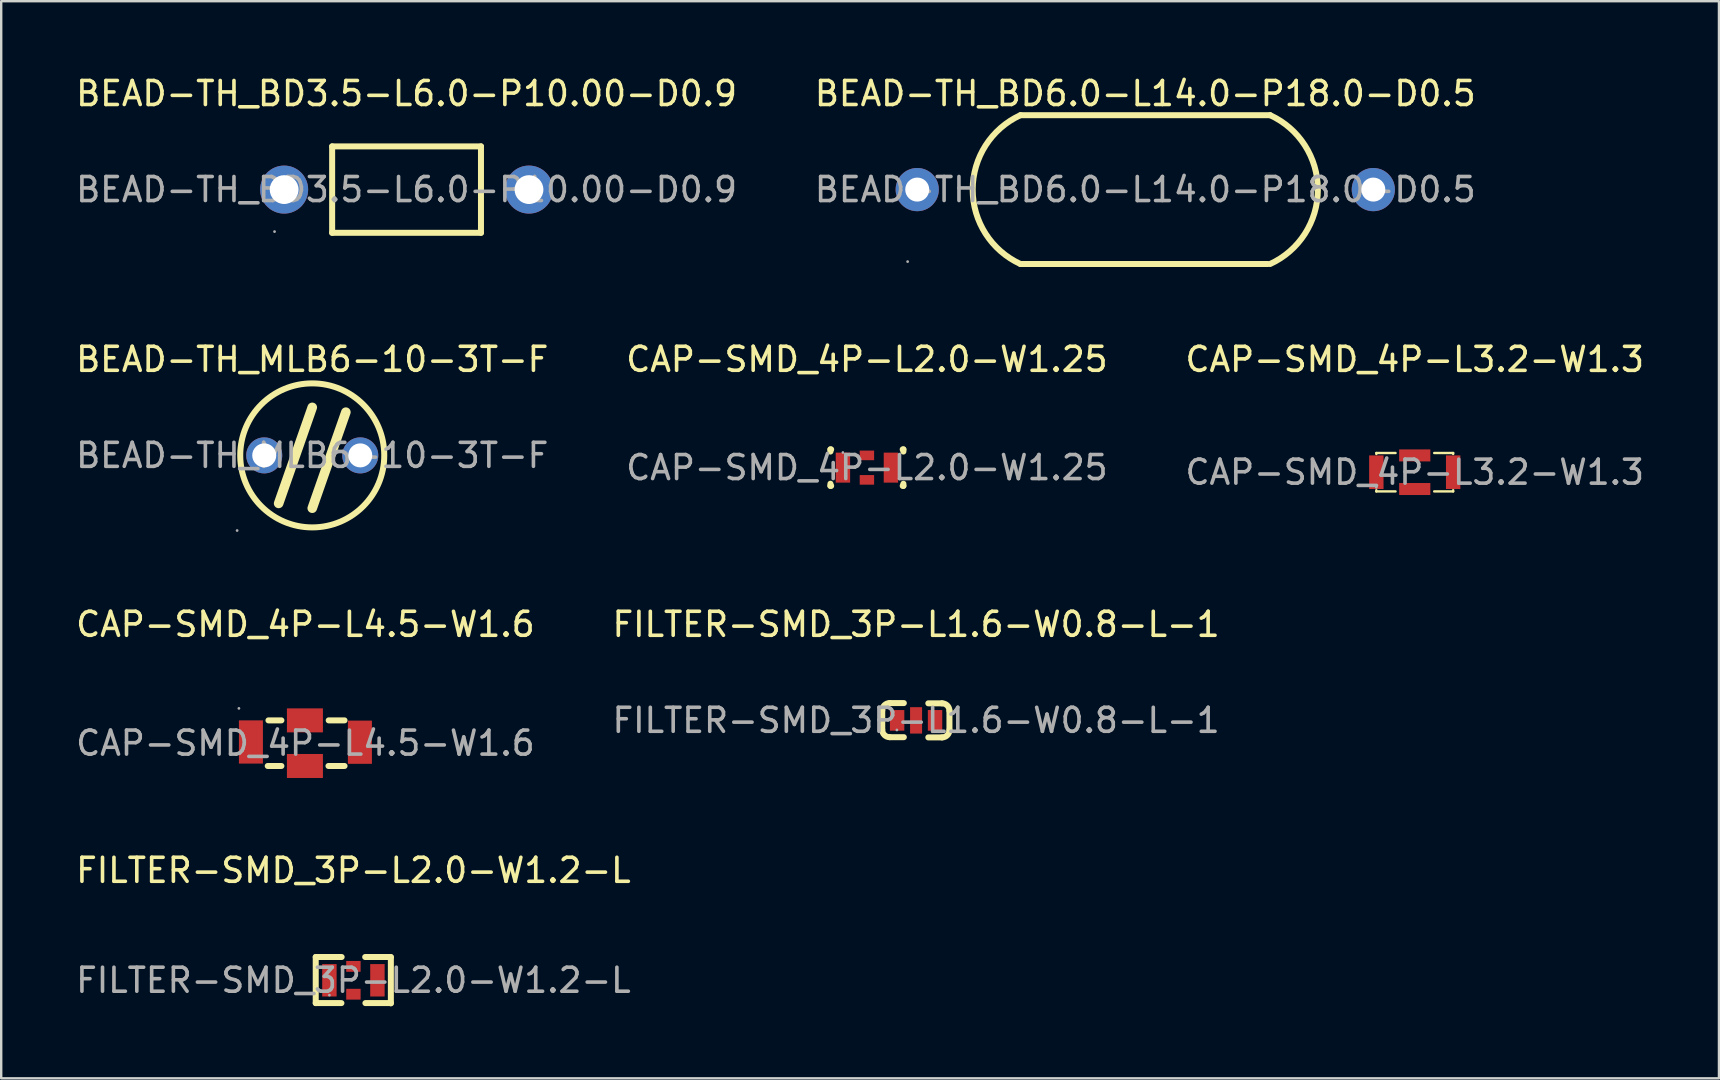
<source format=kicad_pcb>
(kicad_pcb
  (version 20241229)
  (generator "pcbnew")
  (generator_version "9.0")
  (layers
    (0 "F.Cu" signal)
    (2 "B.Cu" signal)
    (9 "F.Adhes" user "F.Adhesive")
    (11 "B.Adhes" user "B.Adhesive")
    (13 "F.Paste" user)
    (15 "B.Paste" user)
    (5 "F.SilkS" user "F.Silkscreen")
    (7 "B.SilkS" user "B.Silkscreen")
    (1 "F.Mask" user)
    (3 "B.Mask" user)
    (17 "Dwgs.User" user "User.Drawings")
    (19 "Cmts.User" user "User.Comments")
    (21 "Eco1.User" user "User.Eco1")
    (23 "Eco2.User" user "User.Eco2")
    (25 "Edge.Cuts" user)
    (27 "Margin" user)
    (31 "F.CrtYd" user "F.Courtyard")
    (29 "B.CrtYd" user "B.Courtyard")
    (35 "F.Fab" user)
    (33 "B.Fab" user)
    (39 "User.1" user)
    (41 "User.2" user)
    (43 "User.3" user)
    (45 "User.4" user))
  (footprint "BEAD-TH_BD6.0-L14.0-P18.0-D0.5"
    (layer "F.Cu")
    (at 44.661 4.848)
    (property "Reference" "BEAD-TH_BD6.0-L14.0-P18.0-D0.5" (at 0 -4 0) (layer "F.SilkS") (effects (font (size 1 1) (thickness 0.15))))
    (attr through_hole)
    (fp_line (start -5.2 -3.1) (end 5.2 -3.1) (stroke (width 0.25) (type solid)) (layer "F.SilkS"))
    (fp_line (start -5.2 3.1) (end 5.1 3.1) (stroke (width 0.25) (type solid)) (layer "F.SilkS"))
    (fp_arc (start -5.200992 3.099546) (mid -7.189751 -0.000545) (end -5.2 -3.1) (stroke (width 0.25) (type solid)) (layer "F.SilkS"))
    (fp_arc (start 5.200992 -3.099546) (mid 7.189751 0.000545) (end 5.2 3.1) (stroke (width 0.25) (type solid)) (layer "F.SilkS"))
    (fp_circle (center -9.9 3) (end -9.87 3) (stroke (width 0.06) (type solid)) (fill no) (layer "F.Fab"))
    (fp_circle (center -9.5 0) (end -9.3 0) (stroke (width 0.4) (type solid)) (fill no) (layer "F.Fab"))
    (fp_circle (center 9.5 0) (end 9.7 0) (stroke (width 0.4) (type solid)) (fill no) (layer "F.Fab"))
    (fp_text user "${REFERENCE}" (at 0 0 0) (layer "F.Fab") (effects (font (size 1 1) (thickness 0.15))))
    (pad "1" thru_hole circle (at -9.5 0) (size 1.8 1.8) (drill 1) (layers "*.Cu" "*.Paste" "*.Mask"))
    (pad "2" thru_hole circle (at 9.5 0) (size 1.8 1.8) (drill 1) (layers "*.Cu" "*.Paste" "*.Mask")))
  (footprint "CAP-SMD_4P-L2.0-W1.25"
    (layer "F.Cu")
    (at 33.065 16.431)
    (property "Reference" "CAP-SMD_4P-L2.0-W1.25" (at 0 -4.51 0) (layer "F.SilkS") (effects (font (size 1 1) (thickness 0.15))))
    (attr through_hole)
    (fp_line (start -1.52 -0.76) (end -1.52 -0.67) (stroke (width 0.25) (type solid)) (layer "F.SilkS"))
    (fp_line (start -1.52 0.67) (end -1.52 0.76) (stroke (width 0.25) (type solid)) (layer "F.SilkS"))
    (fp_line (start -1.52 0.76) (end -1.49 0.76) (stroke (width 0.25) (type solid)) (layer "F.SilkS"))
    (fp_line (start -1.49 -0.76) (end -1.52 -0.76) (stroke (width 0.25) (type solid)) (layer "F.SilkS"))
    (fp_line (start 1.49 0.76) (end 1.52 0.76) (stroke (width 0.25) (type solid)) (layer "F.SilkS"))
    (fp_line (start 1.52 -0.76) (end 1.49 -0.76) (stroke (width 0.25) (type solid)) (layer "F.SilkS"))
    (fp_line (start 1.52 -0.67) (end 1.52 -0.76) (stroke (width 0.25) (type solid)) (layer "F.SilkS"))
    (fp_line (start 1.52 0.76) (end 1.52 0.67) (stroke (width 0.25) (type solid)) (layer "F.SilkS"))
    (fp_circle (center -1 -0.63) (end -0.97 -0.63) (stroke (width 0.06) (type solid)) (fill no) (layer "F.Fab"))
    (fp_text user "${REFERENCE}" (at 0 0 0) (layer "F.Fab") (effects (font (size 1 1) (thickness 0.15))))
    (pad "1" smd rect (at -1 0) (size 0.6 1.25) (layers "F.Cu" "F.Mask" "F.Paste"))
    (pad "2" smd rect (at 0 0.51) (size 0.6 0.4) (layers "F.Cu" "F.Mask" "F.Paste"))
    (pad "3" smd rect (at 1 0) (size 0.6 1.25) (layers "F.Cu" "F.Mask" "F.Paste"))
    (pad "4" smd rect (at 0 -0.51) (size 0.6 0.4) (layers "F.Cu" "F.Mask" "F.Paste")))
  (footprint "FILTER-SMD_3P-L2.0-W1.2-L"
    (layer "F.Cu")
    (at 11.673 37.788)
    (property "Reference" "FILTER-SMD_3P-L2.0-W1.2-L" (at 0 -4.58 0) (layer "F.SilkS") (effects (font (size 1 1) (thickness 0.15))))
    (attr through_hole)
    (fp_line (start -1.57 -0.97) (end -0.49 -0.97) (stroke (width 0.25) (type solid)) (layer "F.SilkS"))
    (fp_line (start -1.57 0.95) (end -1.57 -0.97) (stroke (width 0.25) (type solid)) (layer "F.SilkS"))
    (fp_line (start -1.57 0.95) (end -0.5 0.95) (stroke (width 0.25) (type solid)) (layer "F.SilkS"))
    (fp_line (start 0.49 -0.97) (end 1.56 -0.97) (stroke (width 0.25) (type solid)) (layer "F.SilkS"))
    (fp_line (start 0.5 0.95) (end 1.56 0.95) (stroke (width 0.25) (type solid)) (layer "F.SilkS"))
    (fp_line (start 1.56 -0.96) (end 1.56 0.96) (stroke (width 0.25) (type solid)) (layer "F.SilkS"))
    (fp_circle (center -1 0.62) (end -0.97 0.62) (stroke (width 0.06) (type solid)) (fill no) (layer "F.Fab"))
    (fp_text user "${REFERENCE}" (at 0 0 0) (layer "F.Fab") (effects (font (size 1 1) (thickness 0.15))))
    (pad "1" smd rect (at -1 0) (size 0.6 1.35) (layers "F.Cu" "F.Mask" "F.Paste"))
    (pad "2" smd rect (at 0 -0.58) (size 0.6 0.45) (layers "F.Cu" "F.Mask" "F.Paste"))
    (pad "2" smd rect (at 0 0.58) (size 0.6 0.45) (layers "F.Cu" "F.Mask" "F.Paste"))
    (pad "3" smd rect (at 1 0) (size 0.6 1.35) (layers "F.Cu" "F.Mask" "F.Paste")))
  (footprint "BEAD-TH_BD3.5-L6.0-P10.00-D0.9"
    (layer "F.Cu")
    (at 13.887 4.848)
    (property "Reference" "BEAD-TH_BD3.5-L6.0-P10.00-D0.9" (at 0 -4 0) (layer "F.SilkS") (effects (font (size 1 1) (thickness 0.15))))
    (attr through_hole)
    (fp_line (start -3.1 -1.8) (end -3.1 1.8) (stroke (width 0.25) (type solid)) (layer "F.SilkS"))
    (fp_line (start -3.1 -1.8) (end 3.1 -1.8) (stroke (width 0.25) (type solid)) (layer "F.SilkS"))
    (fp_line (start -3.1 1.8) (end 3.1 1.8) (stroke (width 0.25) (type solid)) (layer "F.SilkS"))
    (fp_line (start 3.1 -1.8) (end 3.1 1.8) (stroke (width 0.25) (type solid)) (layer "F.SilkS"))
    (fp_circle (center -5.5 1.75) (end -5.47 1.75) (stroke (width 0.06) (type solid)) (fill no) (layer "F.Fab"))
    (fp_circle (center -5.1 0) (end -4.9 0) (stroke (width 0.4) (type solid)) (fill no) (layer "F.Fab"))
    (fp_circle (center 5.1 0) (end 5.3 0) (stroke (width 0.4) (type solid)) (fill no) (layer "F.Fab"))
    (fp_text user "${REFERENCE}" (at 0 0 0) (layer "F.Fab") (effects (font (size 1 1) (thickness 0.15))))
    (pad "1" thru_hole circle (at -5.1 0) (size 2 2) (drill 1.2) (layers "*.Cu" "*.Paste" "*.Mask"))
    (pad "2" thru_hole circle (at 5.1 0) (size 2 2) (drill 1.2) (layers "*.Cu" "*.Paste" "*.Mask")))
  (footprint "CAP-SMD_4P-L3.2-W1.3"
    (layer "F.Cu")
    (at 55.887 16.622)
    (property "Reference" "CAP-SMD_4P-L3.2-W1.3" (at 0 -4.7 0) (layer "F.SilkS") (effects (font (size 1 1) (thickness 0.15))))
    (attr through_hole)
    (fp_line (start -1.6 -0.8) (end -0.8 -0.8) (stroke (width 0.1) (type solid)) (layer "F.SilkS"))
    (fp_line (start -1.6 -0.76) (end -1.6 -0.8) (stroke (width 0.1) (type solid)) (layer "F.SilkS"))
    (fp_line (start -1.6 0.8) (end -1.6 0.75) (stroke (width 0.1) (type solid)) (layer "F.SilkS"))
    (fp_line (start -0.8 0.8) (end -1.6 0.8) (stroke (width 0.1) (type solid)) (layer "F.SilkS"))
    (fp_line (start 0.81 -0.8) (end 1.6 -0.8) (stroke (width 0.1) (type solid)) (layer "F.SilkS"))
    (fp_line (start 1.6 -0.8) (end 1.6 -0.76) (stroke (width 0.1) (type solid)) (layer "F.SilkS"))
    (fp_line (start 1.6 0.75) (end 1.6 0.8) (stroke (width 0.1) (type solid)) (layer "F.SilkS"))
    (fp_line (start 1.6 0.8) (end 0.81 0.8) (stroke (width 0.1) (type solid)) (layer "F.SilkS"))
    (fp_circle (center -1.6 0.63) (end -1.57 0.63) (stroke (width 0.06) (type solid)) (fill no) (layer "F.Fab"))
    (fp_text user "${REFERENCE}" (at 0 0 0) (layer "F.Fab") (effects (font (size 1 1) (thickness 0.15))))
    (pad "1" smd rect (at -1.6 0 270) (size 1.4 0.6) (layers "F.Cu" "F.Mask" "F.Paste"))
    (pad "2" smd rect (at 0 -0.7) (size 1.3 0.5) (layers "F.Cu" "F.Mask" "F.Paste"))
    (pad "2" smd rect (at 0 0.7) (size 1.3 0.5) (layers "F.Cu" "F.Mask" "F.Paste"))
    (pad "3" smd rect (at 1.6 0 270) (size 1.4 0.6) (layers "F.Cu" "F.Mask" "F.Paste")))
  (footprint "BEAD-TH_MLB6-10-3T-F"
    (layer "F.Cu")
    (at 9.958 15.921)
    (property "Reference" "BEAD-TH_MLB6-10-3T-F" (at 0 -4 0) (layer "F.SilkS") (effects (font (size 1 1) (thickness 0.15))))
    (attr through_hole)
    (fp_line (start 0 -2) (end -1.4 2) (stroke (width 0.4) (type solid)) (layer "F.SilkS"))
    (fp_line (start 0 2.2) (end 1.4 -1.8) (stroke (width 0.4) (type solid)) (layer "F.SilkS"))
    (fp_circle (center 0 0) (end 3 0) (stroke (width 0.25) (type solid)) (fill no) (layer "F.SilkS"))
    (fp_circle (center -3.13 3.13) (end -3.1 3.13) (stroke (width 0.06) (type solid)) (fill no) (layer "F.Fab"))
    (fp_circle (center -2 0) (end -1.8 0) (stroke (width 0.4) (type solid)) (fill no) (layer "F.Fab"))
    (fp_circle (center 2 0) (end 2.2 0) (stroke (width 0.4) (type solid)) (fill no) (layer "F.Fab"))
    (fp_text user "${REFERENCE}" (at 0 0 0) (layer "F.Fab") (effects (font (size 1 1) (thickness 0.15))))
    (pad "1" thru_hole circle (at -2 0 270) (size 1.5 1.5) (drill 1) (layers "*.Cu" "*.Paste" "*.Mask"))
    (pad "2" thru_hole circle (at 2 0 270) (size 1.5 1.5) (drill 1) (layers "*.Cu" "*.Paste" "*.Mask")))
  (footprint "CAP-SMD_4P-L4.5-W1.6"
    (layer "F.Cu")
    (at 9.673 27.91)
    (property "Reference" "CAP-SMD_4P-L4.5-W1.6" (at 0 -4.95 0) (layer "F.SilkS") (effects (font (size 1 1) (thickness 0.15))))
    (attr through_hole)
    (fp_line (start -1.57 0.95) (end -1 0.95) (stroke (width 0.25) (type solid)) (layer "F.SilkS"))
    (fp_line (start -1.54 -0.95) (end -1 -0.95) (stroke (width 0.25) (type solid)) (layer "F.SilkS"))
    (fp_line (start 0.96 0.95) (end 1.63 0.95) (stroke (width 0.25) (type solid)) (layer "F.SilkS"))
    (fp_line (start 0.97 -0.95) (end 1.63 -0.95) (stroke (width 0.25) (type solid)) (layer "F.SilkS"))
    (fp_circle (center -2.77 -1.45) (end -2.74 -1.45) (stroke (width 0.06) (type solid)) (fill no) (layer "F.Fab"))
    (fp_text user "${REFERENCE}" (at 0 0 0) (layer "F.Fab") (effects (font (size 1 1) (thickness 0.15))))
    (pad "1" smd rect (at -2.27 -0.05) (size 1 1.8) (layers "F.Cu" "F.Mask" "F.Paste"))
    (pad "2" smd rect (at -0.02 -0.95 90) (size 1 1.5) (layers "F.Cu" "F.Mask" "F.Paste"))
    (pad "2" smd rect (at -0.02 0.95 90) (size 1 1.5) (layers "F.Cu" "F.Mask" "F.Paste"))
    (pad "3" smd rect (at 2.27 -0.04 180) (size 1 1.8) (layers "F.Cu" "F.Mask" "F.Paste")))
  (footprint "FILTER-SMD_3P-L1.6-W0.8-L-1"
    (layer "F.Cu")
    (at 35.113 26.96)
    (property "Reference" "FILTER-SMD_3P-L1.6-W0.8-L-1" (at 0 -4 0) (layer "F.SilkS") (effects (font (size 1 1) (thickness 0.15))))
    (attr through_hole)
    (fp_line (start -1.41 -0.41) (end -1.41 0.39) (stroke (width 0.25) (type solid)) (layer "F.SilkS"))
    (fp_line (start -1.1 -0.72) (end -0.51 -0.72) (stroke (width 0.25) (type solid)) (layer "F.SilkS"))
    (fp_line (start -1.1 0.7) (end -0.51 0.7) (stroke (width 0.25) (type solid)) (layer "F.SilkS"))
    (fp_line (start 1.08 -0.71) (end 0.51 -0.71) (stroke (width 0.25) (type solid)) (layer "F.SilkS"))
    (fp_line (start 1.08 0.71) (end 0.51 0.71) (stroke (width 0.25) (type solid)) (layer "F.SilkS"))
    (fp_line (start 1.39 -0.4) (end 1.39 0.4) (stroke (width 0.25) (type solid)) (layer "F.SilkS"))
    (fp_arc (start -1.41 -0.41) (mid -1.319203 -0.629203) (end -1.1 -0.72) (stroke (width 0.25) (type solid)) (layer "F.SilkS"))
    (fp_arc (start -1.1 0.7) (mid -1.319203 0.609203) (end -1.41 0.39) (stroke (width 0.25) (type solid)) (layer "F.SilkS"))
    (fp_arc (start 1.08 -0.71) (mid 1.299203 -0.619203) (end 1.39 -0.4) (stroke (width 0.25) (type solid)) (layer "F.SilkS"))
    (fp_arc (start 1.39 0.4) (mid 1.299203 0.619203) (end 1.08 0.71) (stroke (width 0.25) (type solid)) (layer "F.SilkS"))
    (fp_circle (center -0.8 0.4) (end -0.77 0.4) (stroke (width 0.06) (type solid)) (fill no) (layer "F.Fab"))
    (fp_text user "${REFERENCE}" (at 0 0 0) (layer "F.Fab") (effects (font (size 1 1) (thickness 0.15))))
    (pad "1" smd rect (at -0.79 0) (size 0.6 0.86) (layers "F.Cu" "F.Mask" "F.Paste"))
    (pad "2" smd rect (at 0 0) (size 0.5 1.1) (layers "F.Cu" "F.Mask" "F.Paste"))
    (pad "3" smd rect (at 0.79 0) (size 0.6 0.86) (layers "F.Cu" "F.Mask" "F.Paste")))
  (gr_rect
    (start -3 -3)
    (end 68.56 41.873)
    (stroke (width 0.1) (type default))
    (fill no)
    (layer "Edge.Cuts")))
</source>
